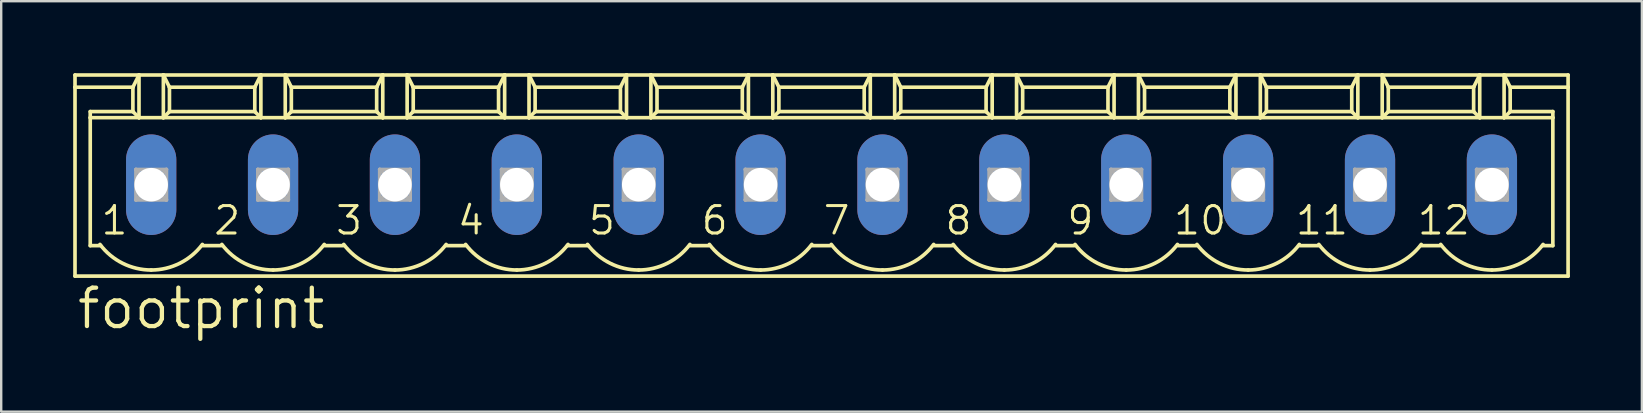
<source format=kicad_pcb>
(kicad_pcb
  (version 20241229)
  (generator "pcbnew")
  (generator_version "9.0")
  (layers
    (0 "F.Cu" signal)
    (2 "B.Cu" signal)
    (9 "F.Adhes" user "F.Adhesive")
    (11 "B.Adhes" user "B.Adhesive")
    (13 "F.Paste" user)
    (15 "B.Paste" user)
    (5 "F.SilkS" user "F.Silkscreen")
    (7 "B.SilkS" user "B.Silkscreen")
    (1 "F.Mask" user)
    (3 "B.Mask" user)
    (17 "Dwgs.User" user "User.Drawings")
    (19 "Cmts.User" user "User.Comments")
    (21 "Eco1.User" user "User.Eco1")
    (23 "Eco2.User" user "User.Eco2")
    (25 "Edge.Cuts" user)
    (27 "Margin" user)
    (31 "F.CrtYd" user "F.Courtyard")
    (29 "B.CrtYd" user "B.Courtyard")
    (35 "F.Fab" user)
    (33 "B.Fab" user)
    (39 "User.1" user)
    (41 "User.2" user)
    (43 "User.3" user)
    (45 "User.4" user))
  (footprint "footprint"
    (layer "F.Cu")
    (at 31.191 4.648)
    (property "Reference" "footprint" (at -31.115 6.096 0) (layer "F.SilkS") (effects (font (size 1.6 1.6) (thickness 0.178)) (justify left bottom)))
    (fp_line (start -31.115 -4.572) (end -31.115 -4.064) (stroke (width 0.152) (type solid)) (layer "F.SilkS"))
    (fp_line (start -31.115 -4.572) (end -28.448 -4.572) (stroke (width 0.152) (type solid)) (layer "F.SilkS"))
    (fp_line (start -31.115 -4.064) (end -31.115 3.81) (stroke (width 0.152) (type solid)) (layer "F.SilkS"))
    (fp_line (start -31.115 -4.064) (end -28.702 -4.064) (stroke (width 0.152) (type solid)) (layer "F.SilkS"))
    (fp_line (start -31.115 3.81) (end 31.115 3.81) (stroke (width 0.152) (type solid)) (layer "F.SilkS"))
    (fp_line (start -30.48 -2.794) (end -30.48 -3.048) (stroke (width 0.152) (type solid)) (layer "F.SilkS"))
    (fp_line (start -30.48 -2.794) (end -28.448 -2.794) (stroke (width 0.152) (type solid)) (layer "F.SilkS"))
    (fp_line (start -30.48 2.54) (end -30.48 -2.794) (stroke (width 0.152) (type solid)) (layer "F.SilkS"))
    (fp_line (start -30.48 2.54) (end -30.048 2.54) (stroke (width 0.152) (type solid)) (layer "F.SilkS"))
    (fp_line (start -28.702 -4.064) (end -28.702 -3.048) (stroke (width 0.152) (type solid)) (layer "F.SilkS"))
    (fp_line (start -28.702 -4.064) (end -28.448 -4.572) (stroke (width 0.152) (type solid)) (layer "F.SilkS"))
    (fp_line (start -28.702 -3.048) (end -30.48 -3.048) (stroke (width 0.152) (type solid)) (layer "F.SilkS"))
    (fp_line (start -28.702 -3.048) (end -28.448 -2.794) (stroke (width 0.152) (type solid)) (layer "F.SilkS"))
    (fp_line (start -28.448 -4.572) (end -27.432 -4.572) (stroke (width 0.152) (type solid)) (layer "F.SilkS"))
    (fp_line (start -28.448 -2.794) (end -28.448 -4.572) (stroke (width 0.152) (type solid)) (layer "F.SilkS"))
    (fp_line (start -28.448 -2.794) (end -27.432 -2.794) (stroke (width 0.152) (type solid)) (layer "F.SilkS"))
    (fp_line (start -27.432 -4.572) (end -27.178 -4.064) (stroke (width 0.152) (type solid)) (layer "F.SilkS"))
    (fp_line (start -27.432 -4.572) (end -23.368 -4.572) (stroke (width 0.152) (type solid)) (layer "F.SilkS"))
    (fp_line (start -27.432 -2.794) (end -27.432 -4.572) (stroke (width 0.152) (type solid)) (layer "F.SilkS"))
    (fp_line (start -27.432 -2.794) (end -23.368 -2.794) (stroke (width 0.152) (type solid)) (layer "F.SilkS"))
    (fp_line (start -27.178 -4.064) (end -27.178 -3.048) (stroke (width 0.152) (type solid)) (layer "F.SilkS"))
    (fp_line (start -27.178 -4.064) (end -23.622 -4.064) (stroke (width 0.152) (type solid)) (layer "F.SilkS"))
    (fp_line (start -27.178 -3.048) (end -27.432 -2.794) (stroke (width 0.152) (type solid)) (layer "F.SilkS"))
    (fp_line (start -25.781 2.54) (end -25.019 2.54) (stroke (width 0.152) (type solid)) (layer "F.SilkS"))
    (fp_line (start -23.622 -4.064) (end -23.622 -3.048) (stroke (width 0.152) (type solid)) (layer "F.SilkS"))
    (fp_line (start -23.622 -4.064) (end -23.368 -4.572) (stroke (width 0.152) (type solid)) (layer "F.SilkS"))
    (fp_line (start -23.622 -3.048) (end -27.178 -3.048) (stroke (width 0.152) (type solid)) (layer "F.SilkS"))
    (fp_line (start -23.622 -3.048) (end -23.368 -2.794) (stroke (width 0.152) (type solid)) (layer "F.SilkS"))
    (fp_line (start -23.368 -4.572) (end -22.352 -4.572) (stroke (width 0.152) (type solid)) (layer "F.SilkS"))
    (fp_line (start -23.368 -2.794) (end -23.368 -4.572) (stroke (width 0.152) (type solid)) (layer "F.SilkS"))
    (fp_line (start -23.368 -2.794) (end -22.352 -2.794) (stroke (width 0.152) (type solid)) (layer "F.SilkS"))
    (fp_line (start -22.352 -4.572) (end -22.098 -4.064) (stroke (width 0.152) (type solid)) (layer "F.SilkS"))
    (fp_line (start -22.352 -4.572) (end -18.288 -4.572) (stroke (width 0.152) (type solid)) (layer "F.SilkS"))
    (fp_line (start -22.352 -2.794) (end -22.352 -4.572) (stroke (width 0.152) (type solid)) (layer "F.SilkS"))
    (fp_line (start -22.352 -2.794) (end -18.288 -2.794) (stroke (width 0.152) (type solid)) (layer "F.SilkS"))
    (fp_line (start -22.098 -4.064) (end -22.098 -3.048) (stroke (width 0.152) (type solid)) (layer "F.SilkS"))
    (fp_line (start -22.098 -4.064) (end -18.542 -4.064) (stroke (width 0.152) (type solid)) (layer "F.SilkS"))
    (fp_line (start -22.098 -3.048) (end -22.352 -2.794) (stroke (width 0.152) (type solid)) (layer "F.SilkS"))
    (fp_line (start -20.701 2.54) (end -19.939 2.54) (stroke (width 0.152) (type solid)) (layer "F.SilkS"))
    (fp_line (start -18.542 -4.064) (end -18.542 -3.048) (stroke (width 0.152) (type solid)) (layer "F.SilkS"))
    (fp_line (start -18.542 -4.064) (end -18.288 -4.572) (stroke (width 0.152) (type solid)) (layer "F.SilkS"))
    (fp_line (start -18.542 -3.048) (end -22.098 -3.048) (stroke (width 0.152) (type solid)) (layer "F.SilkS"))
    (fp_line (start -18.542 -3.048) (end -18.288 -2.794) (stroke (width 0.152) (type solid)) (layer "F.SilkS"))
    (fp_line (start -18.288 -4.572) (end -17.272 -4.572) (stroke (width 0.152) (type solid)) (layer "F.SilkS"))
    (fp_line (start -18.288 -2.794) (end -18.288 -4.572) (stroke (width 0.152) (type solid)) (layer "F.SilkS"))
    (fp_line (start -18.288 -2.794) (end -17.272 -2.794) (stroke (width 0.152) (type solid)) (layer "F.SilkS"))
    (fp_line (start -17.272 -4.572) (end -17.018 -4.064) (stroke (width 0.152) (type solid)) (layer "F.SilkS"))
    (fp_line (start -17.272 -4.572) (end -13.208 -4.572) (stroke (width 0.152) (type solid)) (layer "F.SilkS"))
    (fp_line (start -17.272 -2.794) (end -17.272 -4.572) (stroke (width 0.152) (type solid)) (layer "F.SilkS"))
    (fp_line (start -17.272 -2.794) (end -13.208 -2.794) (stroke (width 0.152) (type solid)) (layer "F.SilkS"))
    (fp_line (start -17.018 -4.064) (end -17.018 -3.048) (stroke (width 0.152) (type solid)) (layer "F.SilkS"))
    (fp_line (start -17.018 -4.064) (end -13.462 -4.064) (stroke (width 0.152) (type solid)) (layer "F.SilkS"))
    (fp_line (start -17.018 -3.048) (end -17.272 -2.794) (stroke (width 0.152) (type solid)) (layer "F.SilkS"))
    (fp_line (start -17.018 -3.048) (end -13.462 -3.048) (stroke (width 0.152) (type solid)) (layer "F.SilkS"))
    (fp_line (start -15.621 2.54) (end -14.859 2.54) (stroke (width 0.152) (type solid)) (layer "F.SilkS"))
    (fp_line (start -13.462 -4.064) (end -13.462 -3.048) (stroke (width 0.152) (type solid)) (layer "F.SilkS"))
    (fp_line (start -13.462 -4.064) (end -13.208 -4.572) (stroke (width 0.152) (type solid)) (layer "F.SilkS"))
    (fp_line (start -13.462 -3.048) (end -13.208 -2.794) (stroke (width 0.152) (type solid)) (layer "F.SilkS"))
    (fp_line (start -13.208 -4.572) (end -12.192 -4.572) (stroke (width 0.152) (type solid)) (layer "F.SilkS"))
    (fp_line (start -13.208 -2.794) (end -13.208 -4.572) (stroke (width 0.152) (type solid)) (layer "F.SilkS"))
    (fp_line (start -13.208 -2.794) (end -12.192 -2.794) (stroke (width 0.152) (type solid)) (layer "F.SilkS"))
    (fp_line (start -12.192 -4.572) (end -11.938 -4.064) (stroke (width 0.152) (type solid)) (layer "F.SilkS"))
    (fp_line (start -12.192 -4.572) (end -8.128 -4.572) (stroke (width 0.152) (type solid)) (layer "F.SilkS"))
    (fp_line (start -12.192 -2.794) (end -12.192 -4.572) (stroke (width 0.152) (type solid)) (layer "F.SilkS"))
    (fp_line (start -12.192 -2.794) (end -8.128 -2.794) (stroke (width 0.152) (type solid)) (layer "F.SilkS"))
    (fp_line (start -11.938 -4.064) (end -11.938 -3.048) (stroke (width 0.152) (type solid)) (layer "F.SilkS"))
    (fp_line (start -11.938 -4.064) (end -8.382 -4.064) (stroke (width 0.152) (type solid)) (layer "F.SilkS"))
    (fp_line (start -11.938 -3.048) (end -12.192 -2.794) (stroke (width 0.152) (type solid)) (layer "F.SilkS"))
    (fp_line (start -10.592 2.54) (end -9.728 2.54) (stroke (width 0.152) (type solid)) (layer "F.SilkS"))
    (fp_line (start -8.382 -4.064) (end -8.382 -3.048) (stroke (width 0.152) (type solid)) (layer "F.SilkS"))
    (fp_line (start -8.382 -4.064) (end -8.128 -4.572) (stroke (width 0.152) (type solid)) (layer "F.SilkS"))
    (fp_line (start -8.382 -3.048) (end -11.938 -3.048) (stroke (width 0.152) (type solid)) (layer "F.SilkS"))
    (fp_line (start -8.382 -3.048) (end -8.128 -2.794) (stroke (width 0.152) (type solid)) (layer "F.SilkS"))
    (fp_line (start -8.128 -4.572) (end -7.112 -4.572) (stroke (width 0.152) (type solid)) (layer "F.SilkS"))
    (fp_line (start -8.128 -2.794) (end -8.128 -4.572) (stroke (width 0.152) (type solid)) (layer "F.SilkS"))
    (fp_line (start -8.128 -2.794) (end -7.112 -2.794) (stroke (width 0.152) (type solid)) (layer "F.SilkS"))
    (fp_line (start -7.112 -4.572) (end -6.858 -4.064) (stroke (width 0.152) (type solid)) (layer "F.SilkS"))
    (fp_line (start -7.112 -4.572) (end -3.048 -4.572) (stroke (width 0.152) (type solid)) (layer "F.SilkS"))
    (fp_line (start -7.112 -2.794) (end -7.112 -4.572) (stroke (width 0.152) (type solid)) (layer "F.SilkS"))
    (fp_line (start -7.112 -2.794) (end -3.048 -2.794) (stroke (width 0.152) (type solid)) (layer "F.SilkS"))
    (fp_line (start -6.858 -4.064) (end -6.858 -3.048) (stroke (width 0.152) (type solid)) (layer "F.SilkS"))
    (fp_line (start -6.858 -4.064) (end -3.302 -4.064) (stroke (width 0.152) (type solid)) (layer "F.SilkS"))
    (fp_line (start -6.858 -3.048) (end -7.112 -2.794) (stroke (width 0.152) (type solid)) (layer "F.SilkS"))
    (fp_line (start -5.461 2.54) (end -4.699 2.54) (stroke (width 0.152) (type solid)) (layer "F.SilkS"))
    (fp_line (start -3.302 -4.064) (end -3.302 -3.048) (stroke (width 0.152) (type solid)) (layer "F.SilkS"))
    (fp_line (start -3.302 -4.064) (end -3.048 -4.572) (stroke (width 0.152) (type solid)) (layer "F.SilkS"))
    (fp_line (start -3.302 -3.048) (end -6.858 -3.048) (stroke (width 0.152) (type solid)) (layer "F.SilkS"))
    (fp_line (start -3.302 -3.048) (end -3.048 -2.794) (stroke (width 0.152) (type solid)) (layer "F.SilkS"))
    (fp_line (start -3.048 -4.572) (end -2.032 -4.572) (stroke (width 0.152) (type solid)) (layer "F.SilkS"))
    (fp_line (start -3.048 -2.794) (end -3.048 -4.572) (stroke (width 0.152) (type solid)) (layer "F.SilkS"))
    (fp_line (start -3.048 -2.794) (end -2.032 -2.794) (stroke (width 0.152) (type solid)) (layer "F.SilkS"))
    (fp_line (start -2.032 -4.572) (end -1.778 -4.064) (stroke (width 0.152) (type solid)) (layer "F.SilkS"))
    (fp_line (start -2.032 -4.572) (end 2.032 -4.572) (stroke (width 0.152) (type solid)) (layer "F.SilkS"))
    (fp_line (start -2.032 -2.794) (end -2.032 -4.572) (stroke (width 0.152) (type solid)) (layer "F.SilkS"))
    (fp_line (start -2.032 -2.794) (end 2.032 -2.794) (stroke (width 0.152) (type solid)) (layer "F.SilkS"))
    (fp_line (start -1.778 -4.064) (end -1.778 -3.048) (stroke (width 0.152) (type solid)) (layer "F.SilkS"))
    (fp_line (start -1.778 -4.064) (end 1.778 -4.064) (stroke (width 0.152) (type solid)) (layer "F.SilkS"))
    (fp_line (start -1.778 -3.048) (end -2.032 -2.794) (stroke (width 0.152) (type solid)) (layer "F.SilkS"))
    (fp_line (start -0.381 2.54) (end 0.381 2.54) (stroke (width 0.152) (type solid)) (layer "F.SilkS"))
    (fp_line (start 1.778 -4.064) (end 1.778 -3.048) (stroke (width 0.152) (type solid)) (layer "F.SilkS"))
    (fp_line (start 1.778 -4.064) (end 2.032 -4.572) (stroke (width 0.152) (type solid)) (layer "F.SilkS"))
    (fp_line (start 1.778 -3.048) (end -1.778 -3.048) (stroke (width 0.152) (type solid)) (layer "F.SilkS"))
    (fp_line (start 1.778 -3.048) (end 2.032 -2.794) (stroke (width 0.152) (type solid)) (layer "F.SilkS"))
    (fp_line (start 2.032 -4.572) (end 3.048 -4.572) (stroke (width 0.152) (type solid)) (layer "F.SilkS"))
    (fp_line (start 2.032 -2.794) (end 2.032 -4.572) (stroke (width 0.152) (type solid)) (layer "F.SilkS"))
    (fp_line (start 2.032 -2.794) (end 3.048 -2.794) (stroke (width 0.152) (type solid)) (layer "F.SilkS"))
    (fp_line (start 3.048 -4.572) (end 3.302 -4.064) (stroke (width 0.152) (type solid)) (layer "F.SilkS"))
    (fp_line (start 3.048 -4.572) (end 7.112 -4.572) (stroke (width 0.152) (type solid)) (layer "F.SilkS"))
    (fp_line (start 3.048 -2.794) (end 3.048 -4.572) (stroke (width 0.152) (type solid)) (layer "F.SilkS"))
    (fp_line (start 3.048 -2.794) (end 7.112 -2.794) (stroke (width 0.152) (type solid)) (layer "F.SilkS"))
    (fp_line (start 3.302 -4.064) (end 3.302 -3.048) (stroke (width 0.152) (type solid)) (layer "F.SilkS"))
    (fp_line (start 3.302 -4.064) (end 6.858 -4.064) (stroke (width 0.152) (type solid)) (layer "F.SilkS"))
    (fp_line (start 3.302 -3.048) (end 3.048 -2.794) (stroke (width 0.152) (type solid)) (layer "F.SilkS"))
    (fp_line (start 3.302 -3.048) (end 6.858 -3.048) (stroke (width 0.152) (type solid)) (layer "F.SilkS"))
    (fp_line (start 4.699 2.54) (end 5.461 2.54) (stroke (width 0.152) (type solid)) (layer "F.SilkS"))
    (fp_line (start 6.858 -4.064) (end 6.858 -3.048) (stroke (width 0.152) (type solid)) (layer "F.SilkS"))
    (fp_line (start 6.858 -4.064) (end 7.112 -4.572) (stroke (width 0.152) (type solid)) (layer "F.SilkS"))
    (fp_line (start 6.858 -3.048) (end 7.112 -2.794) (stroke (width 0.152) (type solid)) (layer "F.SilkS"))
    (fp_line (start 7.112 -4.572) (end 8.128 -4.572) (stroke (width 0.152) (type solid)) (layer "F.SilkS"))
    (fp_line (start 7.112 -2.794) (end 7.112 -4.572) (stroke (width 0.152) (type solid)) (layer "F.SilkS"))
    (fp_line (start 7.112 -2.794) (end 8.128 -2.794) (stroke (width 0.152) (type solid)) (layer "F.SilkS"))
    (fp_line (start 8.128 -4.572) (end 8.382 -4.064) (stroke (width 0.152) (type solid)) (layer "F.SilkS"))
    (fp_line (start 8.128 -4.572) (end 12.192 -4.572) (stroke (width 0.152) (type solid)) (layer "F.SilkS"))
    (fp_line (start 8.128 -2.794) (end 8.128 -4.572) (stroke (width 0.152) (type solid)) (layer "F.SilkS"))
    (fp_line (start 8.128 -2.794) (end 12.192 -2.794) (stroke (width 0.152) (type solid)) (layer "F.SilkS"))
    (fp_line (start 8.382 -4.064) (end 8.382 -3.048) (stroke (width 0.152) (type solid)) (layer "F.SilkS"))
    (fp_line (start 8.382 -4.064) (end 11.938 -4.064) (stroke (width 0.152) (type solid)) (layer "F.SilkS"))
    (fp_line (start 8.382 -3.048) (end 8.128 -2.794) (stroke (width 0.152) (type solid)) (layer "F.SilkS"))
    (fp_line (start 8.382 -3.048) (end 11.938 -3.048) (stroke (width 0.152) (type solid)) (layer "F.SilkS"))
    (fp_line (start 9.779 2.54) (end 10.541 2.54) (stroke (width 0.152) (type solid)) (layer "F.SilkS"))
    (fp_line (start 11.938 -4.064) (end 11.938 -3.048) (stroke (width 0.152) (type solid)) (layer "F.SilkS"))
    (fp_line (start 11.938 -4.064) (end 12.192 -4.572) (stroke (width 0.152) (type solid)) (layer "F.SilkS"))
    (fp_line (start 11.938 -3.048) (end 12.192 -2.794) (stroke (width 0.152) (type solid)) (layer "F.SilkS"))
    (fp_line (start 12.192 -4.572) (end 13.208 -4.572) (stroke (width 0.152) (type solid)) (layer "F.SilkS"))
    (fp_line (start 12.192 -2.794) (end 12.192 -4.572) (stroke (width 0.152) (type solid)) (layer "F.SilkS"))
    (fp_line (start 12.192 -2.794) (end 13.208 -2.794) (stroke (width 0.152) (type solid)) (layer "F.SilkS"))
    (fp_line (start 13.208 -4.572) (end 13.462 -4.064) (stroke (width 0.152) (type solid)) (layer "F.SilkS"))
    (fp_line (start 13.208 -4.572) (end 17.272 -4.572) (stroke (width 0.152) (type solid)) (layer "F.SilkS"))
    (fp_line (start 13.208 -2.794) (end 13.208 -4.572) (stroke (width 0.152) (type solid)) (layer "F.SilkS"))
    (fp_line (start 13.208 -2.794) (end 17.272 -2.794) (stroke (width 0.152) (type solid)) (layer "F.SilkS"))
    (fp_line (start 13.462 -4.064) (end 13.462 -3.048) (stroke (width 0.152) (type solid)) (layer "F.SilkS"))
    (fp_line (start 13.462 -4.064) (end 17.018 -4.064) (stroke (width 0.152) (type solid)) (layer "F.SilkS"))
    (fp_line (start 13.462 -3.048) (end 13.208 -2.794) (stroke (width 0.152) (type solid)) (layer "F.SilkS"))
    (fp_line (start 13.462 -3.048) (end 17.018 -3.048) (stroke (width 0.152) (type solid)) (layer "F.SilkS"))
    (fp_line (start 14.859 2.54) (end 15.621 2.54) (stroke (width 0.152) (type solid)) (layer "F.SilkS"))
    (fp_line (start 17.018 -4.064) (end 17.018 -3.048) (stroke (width 0.152) (type solid)) (layer "F.SilkS"))
    (fp_line (start 17.018 -4.064) (end 17.272 -4.572) (stroke (width 0.152) (type solid)) (layer "F.SilkS"))
    (fp_line (start 17.018 -3.048) (end 17.272 -2.794) (stroke (width 0.152) (type solid)) (layer "F.SilkS"))
    (fp_line (start 17.272 -4.572) (end 18.288 -4.572) (stroke (width 0.152) (type solid)) (layer "F.SilkS"))
    (fp_line (start 17.272 -2.794) (end 17.272 -4.572) (stroke (width 0.152) (type solid)) (layer "F.SilkS"))
    (fp_line (start 17.272 -2.794) (end 18.288 -2.794) (stroke (width 0.152) (type solid)) (layer "F.SilkS"))
    (fp_line (start 18.288 -4.572) (end 18.542 -4.064) (stroke (width 0.152) (type solid)) (layer "F.SilkS"))
    (fp_line (start 18.288 -4.572) (end 22.352 -4.572) (stroke (width 0.152) (type solid)) (layer "F.SilkS"))
    (fp_line (start 18.288 -2.794) (end 18.288 -4.572) (stroke (width 0.152) (type solid)) (layer "F.SilkS"))
    (fp_line (start 18.288 -2.794) (end 22.352 -2.794) (stroke (width 0.152) (type solid)) (layer "F.SilkS"))
    (fp_line (start 18.542 -4.064) (end 18.542 -3.048) (stroke (width 0.152) (type solid)) (layer "F.SilkS"))
    (fp_line (start 18.542 -4.064) (end 22.098 -4.064) (stroke (width 0.152) (type solid)) (layer "F.SilkS"))
    (fp_line (start 18.542 -3.048) (end 18.288 -2.794) (stroke (width 0.152) (type solid)) (layer "F.SilkS"))
    (fp_line (start 18.542 -3.048) (end 22.098 -3.048) (stroke (width 0.152) (type solid)) (layer "F.SilkS"))
    (fp_line (start 19.939 2.54) (end 20.701 2.54) (stroke (width 0.152) (type solid)) (layer "F.SilkS"))
    (fp_line (start 22.098 -4.064) (end 22.098 -3.048) (stroke (width 0.152) (type solid)) (layer "F.SilkS"))
    (fp_line (start 22.098 -4.064) (end 22.352 -4.572) (stroke (width 0.152) (type solid)) (layer "F.SilkS"))
    (fp_line (start 22.098 -3.048) (end 22.352 -2.794) (stroke (width 0.152) (type solid)) (layer "F.SilkS"))
    (fp_line (start 22.352 -4.572) (end 23.368 -4.572) (stroke (width 0.152) (type solid)) (layer "F.SilkS"))
    (fp_line (start 22.352 -2.794) (end 22.352 -4.572) (stroke (width 0.152) (type solid)) (layer "F.SilkS"))
    (fp_line (start 22.352 -2.794) (end 23.368 -2.794) (stroke (width 0.152) (type solid)) (layer "F.SilkS"))
    (fp_line (start 23.368 -4.572) (end 23.622 -4.064) (stroke (width 0.152) (type solid)) (layer "F.SilkS"))
    (fp_line (start 23.368 -4.572) (end 27.432 -4.572) (stroke (width 0.152) (type solid)) (layer "F.SilkS"))
    (fp_line (start 23.368 -2.794) (end 23.368 -4.572) (stroke (width 0.152) (type solid)) (layer "F.SilkS"))
    (fp_line (start 23.368 -2.794) (end 27.432 -2.794) (stroke (width 0.152) (type solid)) (layer "F.SilkS"))
    (fp_line (start 23.622 -4.064) (end 23.622 -3.048) (stroke (width 0.152) (type solid)) (layer "F.SilkS"))
    (fp_line (start 23.622 -4.064) (end 27.178 -4.064) (stroke (width 0.152) (type solid)) (layer "F.SilkS"))
    (fp_line (start 23.622 -3.048) (end 23.368 -2.794) (stroke (width 0.152) (type solid)) (layer "F.SilkS"))
    (fp_line (start 23.622 -3.048) (end 27.178 -3.048) (stroke (width 0.152) (type solid)) (layer "F.SilkS"))
    (fp_line (start 25.019 2.54) (end 25.781 2.54) (stroke (width 0.152) (type solid)) (layer "F.SilkS"))
    (fp_line (start 27.178 -4.064) (end 27.178 -3.048) (stroke (width 0.152) (type solid)) (layer "F.SilkS"))
    (fp_line (start 27.178 -4.064) (end 27.432 -4.572) (stroke (width 0.152) (type solid)) (layer "F.SilkS"))
    (fp_line (start 27.178 -3.048) (end 27.432 -2.794) (stroke (width 0.152) (type solid)) (layer "F.SilkS"))
    (fp_line (start 27.432 -4.572) (end 28.448 -4.572) (stroke (width 0.152) (type solid)) (layer "F.SilkS"))
    (fp_line (start 27.432 -2.794) (end 27.432 -4.572) (stroke (width 0.152) (type solid)) (layer "F.SilkS"))
    (fp_line (start 27.432 -2.794) (end 28.448 -2.794) (stroke (width 0.152) (type solid)) (layer "F.SilkS"))
    (fp_line (start 28.448 -4.572) (end 28.702 -4.064) (stroke (width 0.152) (type solid)) (layer "F.SilkS"))
    (fp_line (start 28.448 -4.572) (end 31.115 -4.572) (stroke (width 0.152) (type solid)) (layer "F.SilkS"))
    (fp_line (start 28.448 -2.794) (end 28.448 -4.572) (stroke (width 0.152) (type solid)) (layer "F.SilkS"))
    (fp_line (start 28.448 -2.794) (end 30.48 -2.794) (stroke (width 0.152) (type solid)) (layer "F.SilkS"))
    (fp_line (start 28.702 -4.064) (end 28.702 -3.048) (stroke (width 0.152) (type solid)) (layer "F.SilkS"))
    (fp_line (start 28.702 -4.064) (end 31.115 -4.064) (stroke (width 0.152) (type solid)) (layer "F.SilkS"))
    (fp_line (start 28.702 -3.048) (end 28.448 -2.794) (stroke (width 0.152) (type solid)) (layer "F.SilkS"))
    (fp_line (start 28.702 -3.048) (end 30.48 -3.048) (stroke (width 0.152) (type solid)) (layer "F.SilkS"))
    (fp_line (start 30.048 2.54) (end 30.48 2.54) (stroke (width 0.152) (type solid)) (layer "F.SilkS"))
    (fp_line (start 30.48 -3.048) (end 30.48 -2.794) (stroke (width 0.152) (type solid)) (layer "F.SilkS"))
    (fp_line (start 30.48 -2.794) (end 30.48 2.54) (stroke (width 0.152) (type solid)) (layer "F.SilkS"))
    (fp_line (start 31.115 -4.064) (end 31.115 -4.572) (stroke (width 0.152) (type solid)) (layer "F.SilkS"))
    (fp_line (start 31.115 3.81) (end 31.115 -4.064) (stroke (width 0.152) (type solid)) (layer "F.SilkS"))
    (fp_arc (start -27.939999 3.556) (mid -29.132718 3.274437) (end -30.0736 2.4892) (stroke (width 0.1524) (type solid)) (layer "F.SilkS"))
    (fp_arc (start -25.806399 2.4892) (mid -26.747281 3.274438) (end -27.94 3.556) (stroke (width 0.1524) (type solid)) (layer "F.SilkS"))
    (fp_arc (start -22.859999 3.556) (mid -24.052718 3.274437) (end -24.9936 2.4892) (stroke (width 0.1524) (type solid)) (layer "F.SilkS"))
    (fp_arc (start -20.726399 2.4892) (mid -21.667281 3.274438) (end -22.86 3.556) (stroke (width 0.1524) (type solid)) (layer "F.SilkS"))
    (fp_arc (start -17.779999 3.556) (mid -18.972718 3.274437) (end -19.9136 2.4892) (stroke (width 0.1524) (type solid)) (layer "F.SilkS"))
    (fp_arc (start -15.646399 2.4892) (mid -16.587281 3.274438) (end -17.78 3.556) (stroke (width 0.1524) (type solid)) (layer "F.SilkS"))
    (fp_arc (start -12.699999 3.556) (mid -13.892718 3.274437) (end -14.8336 2.4892) (stroke (width 0.1524) (type solid)) (layer "F.SilkS"))
    (fp_arc (start -10.566399 2.4892) (mid -11.507281 3.274438) (end -12.7 3.556) (stroke (width 0.1524) (type solid)) (layer "F.SilkS"))
    (fp_arc (start -7.619999 3.556) (mid -8.812718 3.274437) (end -9.7536 2.4892) (stroke (width 0.1524) (type solid)) (layer "F.SilkS"))
    (fp_arc (start -5.486399 2.4892) (mid -6.427281 3.274438) (end -7.62 3.556) (stroke (width 0.1524) (type solid)) (layer "F.SilkS"))
    (fp_arc (start -2.539999 3.556) (mid -3.732718 3.274437) (end -4.6736 2.4892) (stroke (width 0.1524) (type solid)) (layer "F.SilkS"))
    (fp_arc (start -0.406399 2.4892) (mid -1.347281 3.274438) (end -2.54 3.556) (stroke (width 0.1524) (type solid)) (layer "F.SilkS"))
    (fp_arc (start 2.540001 3.556) (mid 1.347282 3.274438) (end 0.4064 2.4892) (stroke (width 0.1524) (type solid)) (layer "F.SilkS"))
    (fp_arc (start 4.6736 2.489199) (mid 3.732719 3.274437) (end 2.54 3.556) (stroke (width 0.1524) (type solid)) (layer "F.SilkS"))
    (fp_arc (start 7.620001 3.556) (mid 6.427282 3.274438) (end 5.4864 2.4892) (stroke (width 0.1524) (type solid)) (layer "F.SilkS"))
    (fp_arc (start 9.7536 2.489199) (mid 8.812719 3.274437) (end 7.62 3.556) (stroke (width 0.1524) (type solid)) (layer "F.SilkS"))
    (fp_arc (start 12.700001 3.556) (mid 11.507282 3.274438) (end 10.5664 2.4892) (stroke (width 0.1524) (type solid)) (layer "F.SilkS"))
    (fp_arc (start 14.8336 2.489199) (mid 13.892719 3.274437) (end 12.7 3.556) (stroke (width 0.1524) (type solid)) (layer "F.SilkS"))
    (fp_arc (start 17.780001 3.556) (mid 16.587282 3.274438) (end 15.6464 2.4892) (stroke (width 0.1524) (type solid)) (layer "F.SilkS"))
    (fp_arc (start 19.9136 2.489199) (mid 18.972719 3.274437) (end 17.78 3.556) (stroke (width 0.1524) (type solid)) (layer "F.SilkS"))
    (fp_arc (start 22.860001 3.556) (mid 21.667282 3.274438) (end 20.7264 2.4892) (stroke (width 0.1524) (type solid)) (layer "F.SilkS"))
    (fp_arc (start 24.9936 2.489199) (mid 24.052719 3.274437) (end 22.86 3.556) (stroke (width 0.1524) (type solid)) (layer "F.SilkS"))
    (fp_arc (start 27.940001 3.556) (mid 26.747282 3.274438) (end 25.8064 2.4892) (stroke (width 0.1524) (type solid)) (layer "F.SilkS"))
    (fp_arc (start 30.0736 2.489199) (mid 29.132719 3.274437) (end 27.94 3.556) (stroke (width 0.1524) (type solid)) (layer "F.SilkS"))
    (fp_line (start -28.575 -0.635) (end -28.575 0.635) (stroke (width 0.152) (type solid)) (layer "F.Fab"))
    (fp_line (start -28.575 -0.635) (end -27.305 0.635) (stroke (width 0.152) (type solid)) (layer "F.Fab"))
    (fp_line (start -28.575 0.635) (end -27.305 -0.635) (stroke (width 0.152) (type solid)) (layer "F.Fab"))
    (fp_line (start -28.575 0.635) (end -27.305 0.635) (stroke (width 0.152) (type solid)) (layer "F.Fab"))
    (fp_line (start -27.305 -0.635) (end -28.575 -0.635) (stroke (width 0.152) (type solid)) (layer "F.Fab"))
    (fp_line (start -27.305 0.635) (end -27.305 -0.635) (stroke (width 0.152) (type solid)) (layer "F.Fab"))
    (fp_line (start -23.495 -0.635) (end -23.495 0.635) (stroke (width 0.152) (type solid)) (layer "F.Fab"))
    (fp_line (start -23.495 -0.635) (end -22.225 0.635) (stroke (width 0.152) (type solid)) (layer "F.Fab"))
    (fp_line (start -23.495 0.635) (end -22.225 -0.635) (stroke (width 0.152) (type solid)) (layer "F.Fab"))
    (fp_line (start -23.495 0.635) (end -22.225 0.635) (stroke (width 0.152) (type solid)) (layer "F.Fab"))
    (fp_line (start -22.225 -0.635) (end -23.495 -0.635) (stroke (width 0.152) (type solid)) (layer "F.Fab"))
    (fp_line (start -22.225 0.635) (end -22.225 -0.635) (stroke (width 0.152) (type solid)) (layer "F.Fab"))
    (fp_line (start -18.415 -0.635) (end -18.415 0.635) (stroke (width 0.152) (type solid)) (layer "F.Fab"))
    (fp_line (start -18.415 -0.635) (end -17.145 0.635) (stroke (width 0.152) (type solid)) (layer "F.Fab"))
    (fp_line (start -18.415 0.635) (end -17.145 -0.635) (stroke (width 0.152) (type solid)) (layer "F.Fab"))
    (fp_line (start -18.415 0.635) (end -17.145 0.635) (stroke (width 0.152) (type solid)) (layer "F.Fab"))
    (fp_line (start -17.145 -0.635) (end -18.415 -0.635) (stroke (width 0.152) (type solid)) (layer "F.Fab"))
    (fp_line (start -17.145 0.635) (end -17.145 -0.635) (stroke (width 0.152) (type solid)) (layer "F.Fab"))
    (fp_line (start -13.335 -0.635) (end -13.335 0.635) (stroke (width 0.152) (type solid)) (layer "F.Fab"))
    (fp_line (start -13.335 -0.635) (end -12.065 0.635) (stroke (width 0.152) (type solid)) (layer "F.Fab"))
    (fp_line (start -13.335 0.635) (end -12.065 -0.635) (stroke (width 0.152) (type solid)) (layer "F.Fab"))
    (fp_line (start -13.335 0.635) (end -12.065 0.635) (stroke (width 0.152) (type solid)) (layer "F.Fab"))
    (fp_line (start -12.065 -0.635) (end -13.335 -0.635) (stroke (width 0.152) (type solid)) (layer "F.Fab"))
    (fp_line (start -12.065 0.635) (end -12.065 -0.635) (stroke (width 0.152) (type solid)) (layer "F.Fab"))
    (fp_line (start -8.255 -0.635) (end -8.255 0.635) (stroke (width 0.152) (type solid)) (layer "F.Fab"))
    (fp_line (start -8.255 -0.635) (end -6.985 0.635) (stroke (width 0.152) (type solid)) (layer "F.Fab"))
    (fp_line (start -8.255 0.635) (end -6.985 -0.635) (stroke (width 0.152) (type solid)) (layer "F.Fab"))
    (fp_line (start -8.255 0.635) (end -6.985 0.635) (stroke (width 0.152) (type solid)) (layer "F.Fab"))
    (fp_line (start -6.985 -0.635) (end -8.255 -0.635) (stroke (width 0.152) (type solid)) (layer "F.Fab"))
    (fp_line (start -6.985 0.635) (end -6.985 -0.635) (stroke (width 0.152) (type solid)) (layer "F.Fab"))
    (fp_line (start -3.175 -0.635) (end -3.175 0.635) (stroke (width 0.152) (type solid)) (layer "F.Fab"))
    (fp_line (start -3.175 -0.635) (end -1.905 0.635) (stroke (width 0.152) (type solid)) (layer "F.Fab"))
    (fp_line (start -3.175 0.635) (end -1.905 -0.635) (stroke (width 0.152) (type solid)) (layer "F.Fab"))
    (fp_line (start -3.175 0.635) (end -1.905 0.635) (stroke (width 0.152) (type solid)) (layer "F.Fab"))
    (fp_line (start -1.905 -0.635) (end -3.175 -0.635) (stroke (width 0.152) (type solid)) (layer "F.Fab"))
    (fp_line (start -1.905 0.635) (end -1.905 -0.635) (stroke (width 0.152) (type solid)) (layer "F.Fab"))
    (fp_line (start 1.905 -0.635) (end 1.905 0.635) (stroke (width 0.152) (type solid)) (layer "F.Fab"))
    (fp_line (start 1.905 -0.635) (end 3.175 0.635) (stroke (width 0.152) (type solid)) (layer "F.Fab"))
    (fp_line (start 1.905 0.635) (end 3.175 -0.635) (stroke (width 0.152) (type solid)) (layer "F.Fab"))
    (fp_line (start 1.905 0.635) (end 3.175 0.635) (stroke (width 0.152) (type solid)) (layer "F.Fab"))
    (fp_line (start 3.175 -0.635) (end 1.905 -0.635) (stroke (width 0.152) (type solid)) (layer "F.Fab"))
    (fp_line (start 3.175 0.635) (end 3.175 -0.635) (stroke (width 0.152) (type solid)) (layer "F.Fab"))
    (fp_line (start 6.985 -0.635) (end 6.985 0.635) (stroke (width 0.152) (type solid)) (layer "F.Fab"))
    (fp_line (start 6.985 -0.635) (end 8.255 0.635) (stroke (width 0.152) (type solid)) (layer "F.Fab"))
    (fp_line (start 6.985 0.635) (end 8.255 -0.635) (stroke (width 0.152) (type solid)) (layer "F.Fab"))
    (fp_line (start 6.985 0.635) (end 8.255 0.635) (stroke (width 0.152) (type solid)) (layer "F.Fab"))
    (fp_line (start 8.255 -0.635) (end 6.985 -0.635) (stroke (width 0.152) (type solid)) (layer "F.Fab"))
    (fp_line (start 8.255 0.635) (end 8.255 -0.635) (stroke (width 0.152) (type solid)) (layer "F.Fab"))
    (fp_line (start 12.065 -0.635) (end 12.065 0.635) (stroke (width 0.152) (type solid)) (layer "F.Fab"))
    (fp_line (start 12.065 -0.635) (end 13.335 0.635) (stroke (width 0.152) (type solid)) (layer "F.Fab"))
    (fp_line (start 12.065 0.635) (end 13.335 -0.635) (stroke (width 0.152) (type solid)) (layer "F.Fab"))
    (fp_line (start 12.065 0.635) (end 13.335 0.635) (stroke (width 0.152) (type solid)) (layer "F.Fab"))
    (fp_line (start 13.335 -0.635) (end 12.065 -0.635) (stroke (width 0.152) (type solid)) (layer "F.Fab"))
    (fp_line (start 13.335 0.635) (end 13.335 -0.635) (stroke (width 0.152) (type solid)) (layer "F.Fab"))
    (fp_line (start 17.145 -0.635) (end 17.145 0.635) (stroke (width 0.152) (type solid)) (layer "F.Fab"))
    (fp_line (start 17.145 -0.635) (end 18.415 0.635) (stroke (width 0.152) (type solid)) (layer "F.Fab"))
    (fp_line (start 17.145 0.635) (end 18.415 -0.635) (stroke (width 0.152) (type solid)) (layer "F.Fab"))
    (fp_line (start 17.145 0.635) (end 18.415 0.635) (stroke (width 0.152) (type solid)) (layer "F.Fab"))
    (fp_line (start 18.415 -0.635) (end 17.145 -0.635) (stroke (width 0.152) (type solid)) (layer "F.Fab"))
    (fp_line (start 18.415 0.635) (end 18.415 -0.635) (stroke (width 0.152) (type solid)) (layer "F.Fab"))
    (fp_line (start 22.225 -0.635) (end 22.225 0.635) (stroke (width 0.152) (type solid)) (layer "F.Fab"))
    (fp_line (start 22.225 -0.635) (end 23.495 0.635) (stroke (width 0.152) (type solid)) (layer "F.Fab"))
    (fp_line (start 22.225 0.635) (end 23.495 -0.635) (stroke (width 0.152) (type solid)) (layer "F.Fab"))
    (fp_line (start 22.225 0.635) (end 23.495 0.635) (stroke (width 0.152) (type solid)) (layer "F.Fab"))
    (fp_line (start 23.495 -0.635) (end 22.225 -0.635) (stroke (width 0.152) (type solid)) (layer "F.Fab"))
    (fp_line (start 23.495 0.635) (end 23.495 -0.635) (stroke (width 0.152) (type solid)) (layer "F.Fab"))
    (fp_line (start 27.305 -0.635) (end 27.305 0.635) (stroke (width 0.152) (type solid)) (layer "F.Fab"))
    (fp_line (start 27.305 -0.635) (end 28.575 0.635) (stroke (width 0.152) (type solid)) (layer "F.Fab"))
    (fp_line (start 27.305 0.635) (end 28.575 -0.635) (stroke (width 0.152) (type solid)) (layer "F.Fab"))
    (fp_line (start 27.305 0.635) (end 28.575 0.635) (stroke (width 0.152) (type solid)) (layer "F.Fab"))
    (fp_line (start 28.575 -0.635) (end 27.305 -0.635) (stroke (width 0.152) (type solid)) (layer "F.Fab"))
    (fp_line (start 28.575 0.635) (end 28.575 -0.635) (stroke (width 0.152) (type solid)) (layer "F.Fab"))
    (fp_text user "2" (at -25.4 2.159 0) (layer "F.SilkS") (effects (font (size 1.143 1.143) (thickness 0.127)) (justify left bottom)))
    (fp_text user "9" (at 10.16 2.159 0) (layer "F.SilkS") (effects (font (size 1.143 1.143) (thickness 0.127)) (justify left bottom)))
    (fp_text user "1" (at -30.099 2.159 0) (layer "F.SilkS") (effects (font (size 1.143 1.143) (thickness 0.127)) (justify left bottom)))
    (fp_text user "12" (at 24.765 2.159 0) (layer "F.SilkS") (effects (font (size 1.143 1.143) (thickness 0.127)) (justify left bottom)))
    (fp_text user "10" (at 14.605 2.159 0) (layer "F.SilkS") (effects (font (size 1.143 1.143) (thickness 0.127)) (justify left bottom)))
    (fp_text user "7" (at 0 2.159 0) (layer "F.SilkS") (effects (font (size 1.143 1.143) (thickness 0.127)) (justify left bottom)))
    (fp_text user "4" (at -15.24 2.159 0) (layer "F.SilkS") (effects (font (size 1.143 1.143) (thickness 0.127)) (justify left bottom)))
    (fp_text user "5" (at -9.779 2.159 0) (layer "F.SilkS") (effects (font (size 1.143 1.143) (thickness 0.127)) (justify left bottom)))
    (fp_text user "6" (at -5.08 2.159 0) (layer "F.SilkS") (effects (font (size 1.143 1.143) (thickness 0.127)) (justify left bottom)))
    (fp_text user "8" (at 5.08 2.159 0) (layer "F.SilkS") (effects (font (size 1.143 1.143) (thickness 0.127)) (justify left bottom)))
    (fp_text user "11" (at 19.685 2.159 0) (layer "F.SilkS") (effects (font (size 1.143 1.143) (thickness 0.127)) (justify left bottom)))
    (fp_text user "3" (at -20.32 2.159 0) (layer "F.SilkS") (effects (font (size 1.143 1.143) (thickness 0.127)) (justify left bottom)))
    (pad "1" thru_hole oval (at -27.94 0 90) (size 4.191 2.095) (drill 1.397) (layers "*.Cu" "*.Mask"))
    (pad "2" thru_hole oval (at -22.86 0 90) (size 4.191 2.095) (drill 1.397) (layers "*.Cu" "*.Mask"))
    (pad "3" thru_hole oval (at -17.78 0 90) (size 4.191 2.095) (drill 1.397) (layers "*.Cu" "*.Mask"))
    (pad "4" thru_hole oval (at -12.7 0 90) (size 4.191 2.095) (drill 1.397) (layers "*.Cu" "*.Mask"))
    (pad "5" thru_hole oval (at -7.62 0 90) (size 4.191 2.095) (drill 1.397) (layers "*.Cu" "*.Mask"))
    (pad "6" thru_hole oval (at -2.54 0 90) (size 4.191 2.095) (drill 1.397) (layers "*.Cu" "*.Mask"))
    (pad "7" thru_hole oval (at 2.54 0 90) (size 4.191 2.095) (drill 1.397) (layers "*.Cu" "*.Mask"))
    (pad "8" thru_hole oval (at 7.62 0 90) (size 4.191 2.095) (drill 1.397) (layers "*.Cu" "*.Mask"))
    (pad "9" thru_hole oval (at 12.7 0 90) (size 4.191 2.095) (drill 1.397) (layers "*.Cu" "*.Mask"))
    (pad "10" thru_hole oval (at 17.78 0 90) (size 4.191 2.095) (drill 1.397) (layers "*.Cu" "*.Mask"))
    (pad "11" thru_hole oval (at 22.86 0 90) (size 4.191 2.095) (drill 1.397) (layers "*.Cu" "*.Mask"))
    (pad "12" thru_hole oval (at 27.94 0 90) (size 4.191 2.095) (drill 1.397) (layers "*.Cu" "*.Mask")))
  (gr_rect
    (start -3 -3)
    (end 65.382 14.107)
    (stroke (width 0.1) (type default))
    (fill no)
    (layer "Edge.Cuts")))
</source>
